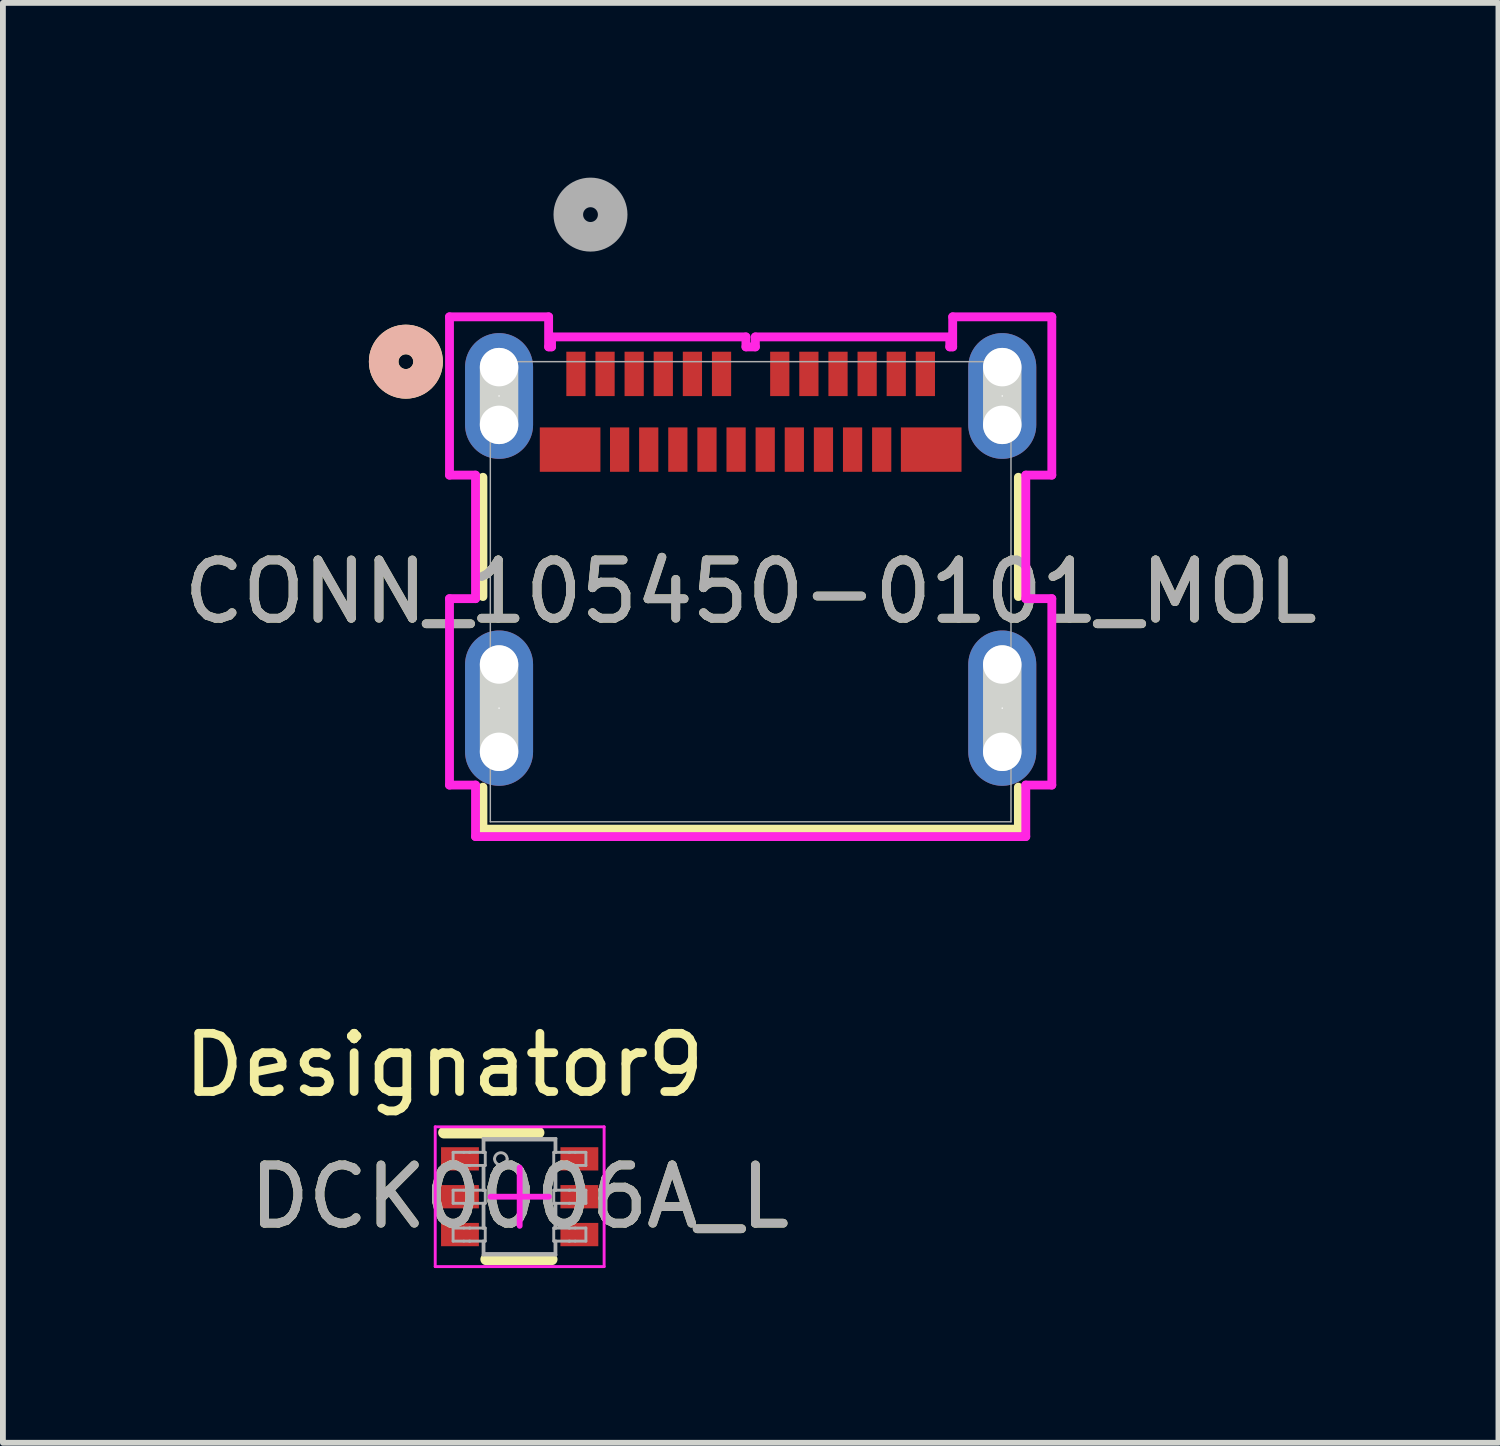
<source format=kicad_pcb>
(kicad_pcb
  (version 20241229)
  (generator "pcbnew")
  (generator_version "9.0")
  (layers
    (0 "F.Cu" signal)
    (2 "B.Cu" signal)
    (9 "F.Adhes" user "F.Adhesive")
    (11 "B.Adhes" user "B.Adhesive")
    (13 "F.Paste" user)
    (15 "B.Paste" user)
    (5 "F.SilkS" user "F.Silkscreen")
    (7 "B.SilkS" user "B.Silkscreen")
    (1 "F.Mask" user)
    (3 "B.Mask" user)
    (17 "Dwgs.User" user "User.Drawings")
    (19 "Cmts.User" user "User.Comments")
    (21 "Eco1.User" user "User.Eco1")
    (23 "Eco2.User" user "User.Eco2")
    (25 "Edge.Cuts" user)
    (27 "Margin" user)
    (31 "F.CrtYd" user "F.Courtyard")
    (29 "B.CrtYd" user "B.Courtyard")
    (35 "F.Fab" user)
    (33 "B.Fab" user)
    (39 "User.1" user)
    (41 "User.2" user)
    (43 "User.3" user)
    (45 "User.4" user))
  (footprint "CONN_105450-0101_MOL"
    (layer "F.Cu")
    (at 9.839 7.11)
    (property "Reference" "CONN_105450-0101_MOL" (at 0 0 0) (unlocked yes) (layer "F.SilkS") (effects (font (size 1 1) (thickness 0.15))))
    (attr smd)
    (fp_line (start -4.597 0.083) (end -4.597 -1.965) (stroke (width 0.152) (type solid)) (layer "F.SilkS"))
    (fp_line (start -4.597 4.077) (end -4.597 3.356) (stroke (width 0.152) (type solid)) (layer "F.SilkS"))
    (fp_line (start 4.597 -1.965) (end 4.597 0.083) (stroke (width 0.152) (type solid)) (layer "F.SilkS"))
    (fp_line (start 4.597 3.356) (end 4.597 4.077) (stroke (width 0.152) (type solid)) (layer "F.SilkS"))
    (fp_line (start 4.597 4.077) (end -4.597 4.077) (stroke (width 0.152) (type solid)) (layer "F.SilkS"))
    (fp_circle (center -5.92 -3.95) (end -5.539 -3.95) (stroke (width 0.508) (type solid)) (fill no) (layer "F.SilkS"))
    (fp_circle (center -5.92 -3.95) (end -5.539 -3.95) (stroke (width 0.508) (type solid)) (fill no) (layer "B.SilkS"))
    (fp_line (start -4.32 -2.865) (end -4.32 -3.856) (stroke (width 0.66) (type solid)) (layer "Edge.Cuts"))
    (fp_line (start -4.32 2.749) (end -4.32 1.25) (stroke (width 0.66) (type solid)) (layer "Edge.Cuts"))
    (fp_line (start 4.32 -2.865) (end 4.32 -3.856) (stroke (width 0.66) (type solid)) (layer "Edge.Cuts"))
    (fp_line (start 4.32 2.749) (end 4.32 1.25) (stroke (width 0.66) (type solid)) (layer "Edge.Cuts"))
    (fp_line (start -5.171 -4.72) (end -5.171 -2.002) (stroke (width 0.152) (type solid)) (layer "F.CrtYd"))
    (fp_line (start -5.171 -2.002) (end -4.724 -2.002) (stroke (width 0.152) (type solid)) (layer "F.CrtYd"))
    (fp_line (start -5.171 0.119) (end -5.171 3.32) (stroke (width 0.152) (type solid)) (layer "F.CrtYd"))
    (fp_line (start -5.171 3.32) (end -4.724 3.32) (stroke (width 0.152) (type solid)) (layer "F.CrtYd"))
    (fp_line (start -4.724 -2.002) (end -4.724 0.119) (stroke (width 0.152) (type solid)) (layer "F.CrtYd"))
    (fp_line (start -4.724 0.119) (end -5.171 0.119) (stroke (width 0.152) (type solid)) (layer "F.CrtYd"))
    (fp_line (start -4.724 3.32) (end -4.724 4.204) (stroke (width 0.152) (type solid)) (layer "F.CrtYd"))
    (fp_line (start -4.724 4.204) (end 4.724 4.204) (stroke (width 0.152) (type solid)) (layer "F.CrtYd"))
    (fp_line (start -3.469 -4.72) (end -5.171 -4.72) (stroke (width 0.152) (type solid)) (layer "F.CrtYd"))
    (fp_line (start -3.469 -4.204) (end -3.469 -4.72) (stroke (width 0.152) (type solid)) (layer "F.CrtYd"))
    (fp_line (start -3.419 -4.375) (end -3.419 -4.204) (stroke (width 0.152) (type solid)) (layer "F.CrtYd"))
    (fp_line (start -3.419 -4.204) (end -3.469 -4.204) (stroke (width 0.152) (type solid)) (layer "F.CrtYd"))
    (fp_line (start -0.081 -4.375) (end -3.419 -4.375) (stroke (width 0.152) (type solid)) (layer "F.CrtYd"))
    (fp_line (start -0.081 -4.204) (end -0.081 -4.375) (stroke (width 0.152) (type solid)) (layer "F.CrtYd"))
    (fp_line (start 0.081 -4.375) (end 0.081 -4.204) (stroke (width 0.152) (type solid)) (layer "F.CrtYd"))
    (fp_line (start 0.081 -4.204) (end -0.081 -4.204) (stroke (width 0.152) (type solid)) (layer "F.CrtYd"))
    (fp_line (start 3.419 -4.375) (end 0.081 -4.375) (stroke (width 0.152) (type solid)) (layer "F.CrtYd"))
    (fp_line (start 3.419 -4.204) (end 3.419 -4.375) (stroke (width 0.152) (type solid)) (layer "F.CrtYd"))
    (fp_line (start 3.469 -4.72) (end 3.469 -4.204) (stroke (width 0.152) (type solid)) (layer "F.CrtYd"))
    (fp_line (start 3.469 -4.204) (end 3.419 -4.204) (stroke (width 0.152) (type solid)) (layer "F.CrtYd"))
    (fp_line (start 4.724 -2.002) (end 5.171 -2.002) (stroke (width 0.152) (type solid)) (layer "F.CrtYd"))
    (fp_line (start 4.724 0.119) (end 4.724 -2.002) (stroke (width 0.152) (type solid)) (layer "F.CrtYd"))
    (fp_line (start 4.724 3.32) (end 5.171 3.32) (stroke (width 0.152) (type solid)) (layer "F.CrtYd"))
    (fp_line (start 4.724 4.204) (end 4.724 3.32) (stroke (width 0.152) (type solid)) (layer "F.CrtYd"))
    (fp_line (start 5.171 -4.72) (end 3.469 -4.72) (stroke (width 0.152) (type solid)) (layer "F.CrtYd"))
    (fp_line (start 5.171 -2.002) (end 5.171 -4.72) (stroke (width 0.152) (type solid)) (layer "F.CrtYd"))
    (fp_line (start 5.171 0.119) (end 4.724 0.119) (stroke (width 0.152) (type solid)) (layer "F.CrtYd"))
    (fp_line (start 5.171 3.32) (end 5.171 0.119) (stroke (width 0.152) (type solid)) (layer "F.CrtYd"))
    (fp_line (start -4.47 -3.95) (end -4.47 3.95) (stroke (width 0.025) (type solid)) (layer "F.Fab"))
    (fp_line (start -4.47 3.95) (end 4.47 3.95) (stroke (width 0.025) (type solid)) (layer "F.Fab"))
    (fp_line (start 4.47 -3.95) (end -4.47 -3.95) (stroke (width 0.025) (type solid)) (layer "F.Fab"))
    (fp_line (start 4.47 3.95) (end 4.47 -3.95) (stroke (width 0.025) (type solid)) (layer "F.Fab"))
    (fp_circle (center -2.75 -6.475) (end -2.369 -6.475) (stroke (width 0.508) (type solid)) (fill no) (layer "F.Fab"))
    (fp_text user "${REFERENCE}" (at 0 0 0) (unlocked yes) (layer "F.Fab") (effects (font (size 1 1) (thickness 0.15))))
    (pad "" np_thru_hole circle (at -4.32 -3.856) (size 0.66 0.66) (drill 0.66) (layers "*.Cu" "*.Mask"))
    (pad "" np_thru_hole circle (at -4.32 -2.865) (size 0.66 0.66) (drill 0.66) (layers "*.Cu" "*.Mask"))
    (pad "" np_thru_hole circle (at -4.32 1.25) (size 0.66 0.66) (drill 0.66) (layers "*.Cu" "*.Mask"))
    (pad "" np_thru_hole circle (at -4.32 2.749) (size 0.66 0.66) (drill 0.66) (layers "*.Cu" "*.Mask"))
    (pad "" np_thru_hole circle (at 4.32 -3.856) (size 0.66 0.66) (drill 0.66) (layers "*.Cu" "*.Mask"))
    (pad "" np_thru_hole circle (at 4.32 -2.865) (size 0.66 0.66) (drill 0.66) (layers "*.Cu" "*.Mask"))
    (pad "" np_thru_hole circle (at 4.32 1.25) (size 0.66 0.66) (drill 0.66) (layers "*.Cu" "*.Mask"))
    (pad "" np_thru_hole circle (at 4.32 2.749) (size 0.66 0.66) (drill 0.66) (layers "*.Cu" "*.Mask"))
    (pad "25" thru_hole oval (at -4.32 1.999 90) (size 2.667 1.168) (drill 0.025) (layers "*.Cu" "*.Mask"))
    (pad "26" thru_hole oval (at 4.32 1.999 90) (size 2.667 1.168) (drill 0.025) (layers "*.Cu" "*.Mask"))
    (pad "27" thru_hole oval (at -4.32 -3.361 90) (size 2.159 1.168) (drill 0.025) (layers "*.Cu" "*.Mask"))
    (pad "28" thru_hole oval (at 4.32 -3.361 90) (size 2.159 1.168) (drill 0.025) (layers "*.Cu" "*.Mask"))
    (pad "A1" smd rect (at -3 -3.74) (size 0.33 0.762) (layers "F.Cu" "F.Mask" "F.Paste"))
    (pad "A2" smd rect (at -2.5 -3.74) (size 0.33 0.762) (layers "F.Cu" "F.Mask" "F.Paste"))
    (pad "A3" smd rect (at -2 -3.74) (size 0.33 0.762) (layers "F.Cu" "F.Mask" "F.Paste"))
    (pad "A4" smd rect (at -1.5 -3.74) (size 0.33 0.762) (layers "F.Cu" "F.Mask" "F.Paste"))
    (pad "A5" smd rect (at -1 -3.74) (size 0.33 0.762) (layers "F.Cu" "F.Mask" "F.Paste"))
    (pad "A6" smd rect (at -0.5 -3.74) (size 0.33 0.762) (layers "F.Cu" "F.Mask" "F.Paste"))
    (pad "A7" smd rect (at 0.5 -3.74) (size 0.33 0.762) (layers "F.Cu" "F.Mask" "F.Paste"))
    (pad "A8" smd rect (at 1 -3.74) (size 0.33 0.762) (layers "F.Cu" "F.Mask" "F.Paste"))
    (pad "A9" smd rect (at 1.5 -3.74) (size 0.33 0.762) (layers "F.Cu" "F.Mask" "F.Paste"))
    (pad "A10" smd rect (at 2 -3.74) (size 0.33 0.762) (layers "F.Cu" "F.Mask" "F.Paste"))
    (pad "A11" smd rect (at 2.5 -3.74) (size 0.33 0.762) (layers "F.Cu" "F.Mask" "F.Paste"))
    (pad "A12" smd rect (at 3 -3.74) (size 0.33 0.762) (layers "F.Cu" "F.Mask" "F.Paste"))
    (pad "B1" smd rect (at 3.1 -2.44) (size 1.041 0.762) (layers "F.Cu" "F.Mask" "F.Paste"))
    (pad "B2" smd rect (at 2.25 -2.44) (size 0.33 0.762) (layers "F.Cu" "F.Mask" "F.Paste"))
    (pad "B3" smd rect (at 1.75 -2.44) (size 0.33 0.762) (layers "F.Cu" "F.Mask" "F.Paste"))
    (pad "B4" smd rect (at 1.25 -2.44) (size 0.33 0.762) (layers "F.Cu" "F.Mask" "F.Paste"))
    (pad "B5" smd rect (at 0.75 -2.44) (size 0.33 0.762) (layers "F.Cu" "F.Mask" "F.Paste"))
    (pad "B6" smd rect (at 0.25 -2.44) (size 0.33 0.762) (layers "F.Cu" "F.Mask" "F.Paste"))
    (pad "B7" smd rect (at -0.25 -2.44) (size 0.33 0.762) (layers "F.Cu" "F.Mask" "F.Paste"))
    (pad "B8" smd rect (at -0.75 -2.44) (size 0.33 0.762) (layers "F.Cu" "F.Mask" "F.Paste"))
    (pad "B9" smd rect (at -1.25 -2.44) (size 0.33 0.762) (layers "F.Cu" "F.Mask" "F.Paste"))
    (pad "B10" smd rect (at -1.75 -2.44) (size 0.33 0.762) (layers "F.Cu" "F.Mask" "F.Paste"))
    (pad "B11" smd rect (at -2.25 -2.44) (size 0.33 0.762) (layers "F.Cu" "F.Mask" "F.Paste"))
    (pad "B12" smd rect (at -3.1 -2.44) (size 1.041 0.762) (layers "F.Cu" "F.Mask" "F.Paste")))
  (footprint "DCK0006A_L"
    (layer "F.Cu")
    (at 5.873 17.498)
    (property "Reference" "DCK0006A_L" (at 0 0 0) (unlocked yes) (layer "F.SilkS") (effects (font (size 1 1) (thickness 0.15))))
    (attr smd)
    (fp_line (start -1.3 -1.1) (end 0.325 -1.1) (stroke (width 0.2) (type solid)) (layer "F.SilkS"))
    (fp_line (start -0.575 1.075) (end 0.55 1.075) (stroke (width 0.2) (type solid)) (layer "F.SilkS"))
    (fp_line (start -1.45 -1.2) (end 1.45 -1.2) (stroke (width 0.05) (type solid)) (layer "F.CrtYd"))
    (fp_line (start -1.45 1.2) (end -1.45 -1.2) (stroke (width 0.05) (type solid)) (layer "F.CrtYd"))
    (fp_line (start -1.45 1.2) (end 1.45 1.2) (stroke (width 0.05) (type solid)) (layer "F.CrtYd"))
    (fp_line (start -0.5 0) (end 0.5 0) (stroke (width 0.1) (type solid)) (layer "F.CrtYd"))
    (fp_line (start 0 0.5) (end 0 -0.5) (stroke (width 0.1) (type solid)) (layer "F.CrtYd"))
    (fp_line (start 1.45 1.2) (end 1.45 -1.2) (stroke (width 0.05) (type solid)) (layer "F.CrtYd"))
    (fp_line (start -1.143 -0.762) (end -0.959 -0.762) (stroke (width 0.05) (type solid)) (layer "F.Fab"))
    (fp_line (start -1.143 -0.537) (end -1.143 -0.762) (stroke (width 0.05) (type solid)) (layer "F.Fab"))
    (fp_line (start -1.143 -0.537) (end -0.959 -0.537) (stroke (width 0.05) (type solid)) (layer "F.Fab"))
    (fp_line (start -1.143 -0.112) (end -0.959 -0.112) (stroke (width 0.05) (type solid)) (layer "F.Fab"))
    (fp_line (start -1.143 0.113) (end -1.143 -0.112) (stroke (width 0.05) (type solid)) (layer "F.Fab"))
    (fp_line (start -1.143 0.113) (end -0.959 0.113) (stroke (width 0.05) (type solid)) (layer "F.Fab"))
    (fp_line (start -1.143 0.538) (end -0.959 0.538) (stroke (width 0.05) (type solid)) (layer "F.Fab"))
    (fp_line (start -1.143 0.763) (end -1.143 0.538) (stroke (width 0.05) (type solid)) (layer "F.Fab"))
    (fp_line (start -1.143 0.763) (end -0.959 0.763) (stroke (width 0.05) (type solid)) (layer "F.Fab"))
    (fp_line (start -0.959 -0.762) (end -0.865 -0.762) (stroke (width 0.05) (type solid)) (layer "F.Fab"))
    (fp_line (start -0.959 -0.537) (end -0.865 -0.537) (stroke (width 0.05) (type solid)) (layer "F.Fab"))
    (fp_line (start -0.959 -0.112) (end -0.865 -0.112) (stroke (width 0.05) (type solid)) (layer "F.Fab"))
    (fp_line (start -0.959 0.113) (end -0.865 0.113) (stroke (width 0.05) (type solid)) (layer "F.Fab"))
    (fp_line (start -0.959 0.538) (end -0.865 0.538) (stroke (width 0.05) (type solid)) (layer "F.Fab"))
    (fp_line (start -0.959 0.763) (end -0.865 0.763) (stroke (width 0.05) (type solid)) (layer "F.Fab"))
    (fp_line (start -0.865 -0.762) (end -0.853 -0.762) (stroke (width 0.05) (type solid)) (layer "F.Fab"))
    (fp_line (start -0.865 -0.537) (end -0.853 -0.537) (stroke (width 0.05) (type solid)) (layer "F.Fab"))
    (fp_line (start -0.865 -0.112) (end -0.853 -0.112) (stroke (width 0.05) (type solid)) (layer "F.Fab"))
    (fp_line (start -0.865 0.113) (end -0.853 0.113) (stroke (width 0.05) (type solid)) (layer "F.Fab"))
    (fp_line (start -0.865 0.538) (end -0.853 0.538) (stroke (width 0.05) (type solid)) (layer "F.Fab"))
    (fp_line (start -0.865 0.763) (end -0.853 0.763) (stroke (width 0.05) (type solid)) (layer "F.Fab"))
    (fp_line (start -0.853 -0.762) (end -0.628 -0.762) (stroke (width 0.05) (type solid)) (layer "F.Fab"))
    (fp_line (start -0.853 -0.537) (end -0.628 -0.537) (stroke (width 0.05) (type solid)) (layer "F.Fab"))
    (fp_line (start -0.853 -0.112) (end -0.628 -0.112) (stroke (width 0.05) (type solid)) (layer "F.Fab"))
    (fp_line (start -0.853 0.113) (end -0.628 0.113) (stroke (width 0.05) (type solid)) (layer "F.Fab"))
    (fp_line (start -0.853 0.538) (end -0.628 0.538) (stroke (width 0.05) (type solid)) (layer "F.Fab"))
    (fp_line (start -0.853 0.763) (end -0.628 0.763) (stroke (width 0.05) (type solid)) (layer "F.Fab"))
    (fp_line (start -0.628 -0.999) (end 0.622 -0.999) (stroke (width 0.05) (type solid)) (layer "F.Fab"))
    (fp_line (start -0.628 -0.762) (end -0.628 -0.999) (stroke (width 0.05) (type solid)) (layer "F.Fab"))
    (fp_line (start -0.628 -0.762) (end -0.591 -0.762) (stroke (width 0.05) (type solid)) (layer "F.Fab"))
    (fp_line (start -0.628 -0.537) (end -0.591 -0.537) (stroke (width 0.05) (type solid)) (layer "F.Fab"))
    (fp_line (start -0.628 -0.112) (end -0.628 -0.537) (stroke (width 0.05) (type solid)) (layer "F.Fab"))
    (fp_line (start -0.628 -0.112) (end -0.591 -0.112) (stroke (width 0.05) (type solid)) (layer "F.Fab"))
    (fp_line (start -0.628 0.113) (end -0.591 0.113) (stroke (width 0.05) (type solid)) (layer "F.Fab"))
    (fp_line (start -0.628 0.538) (end -0.628 0.113) (stroke (width 0.05) (type solid)) (layer "F.Fab"))
    (fp_line (start -0.628 0.538) (end -0.591 0.538) (stroke (width 0.05) (type solid)) (layer "F.Fab"))
    (fp_line (start -0.628 0.763) (end -0.591 0.763) (stroke (width 0.05) (type solid)) (layer "F.Fab"))
    (fp_line (start -0.628 1.001) (end -0.628 0.763) (stroke (width 0.05) (type solid)) (layer "F.Fab"))
    (fp_line (start -0.628 1.001) (end 0.622 1.001) (stroke (width 0.05) (type solid)) (layer "F.Fab"))
    (fp_line (start -0.613 -0.974) (end 0.607 -0.974) (stroke (width 0.05) (type solid)) (layer "F.Fab"))
    (fp_line (start -0.613 -0.762) (end -0.613 -0.974) (stroke (width 0.05) (type solid)) (layer "F.Fab"))
    (fp_line (start -0.613 -0.112) (end -0.613 -0.537) (stroke (width 0.05) (type solid)) (layer "F.Fab"))
    (fp_line (start -0.613 0.538) (end -0.613 0.113) (stroke (width 0.05) (type solid)) (layer "F.Fab"))
    (fp_line (start -0.613 0.976) (end -0.613 0.763) (stroke (width 0.05) (type solid)) (layer "F.Fab"))
    (fp_line (start -0.613 0.976) (end 0.607 0.976) (stroke (width 0.05) (type solid)) (layer "F.Fab"))
    (fp_line (start -0.591 -0.537) (end -0.591 -0.762) (stroke (width 0.05) (type solid)) (layer "F.Fab"))
    (fp_line (start -0.591 0.113) (end -0.591 -0.112) (stroke (width 0.05) (type solid)) (layer "F.Fab"))
    (fp_line (start -0.591 0.763) (end -0.591 0.538) (stroke (width 0.05) (type solid)) (layer "F.Fab"))
    (fp_line (start 0.585 -0.762) (end 0.622 -0.762) (stroke (width 0.05) (type solid)) (layer "F.Fab"))
    (fp_line (start 0.585 -0.537) (end 0.585 -0.762) (stroke (width 0.05) (type solid)) (layer "F.Fab"))
    (fp_line (start 0.585 -0.537) (end 0.622 -0.537) (stroke (width 0.05) (type solid)) (layer "F.Fab"))
    (fp_line (start 0.585 -0.112) (end 0.622 -0.112) (stroke (width 0.05) (type solid)) (layer "F.Fab"))
    (fp_line (start 0.585 0.113) (end 0.585 -0.112) (stroke (width 0.05) (type solid)) (layer "F.Fab"))
    (fp_line (start 0.585 0.113) (end 0.622 0.113) (stroke (width 0.05) (type solid)) (layer "F.Fab"))
    (fp_line (start 0.585 0.538) (end 0.622 0.538) (stroke (width 0.05) (type solid)) (layer "F.Fab"))
    (fp_line (start 0.585 0.763) (end 0.585 0.538) (stroke (width 0.05) (type solid)) (layer "F.Fab"))
    (fp_line (start 0.585 0.763) (end 0.622 0.763) (stroke (width 0.05) (type solid)) (layer "F.Fab"))
    (fp_line (start 0.607 -0.762) (end 0.607 -0.974) (stroke (width 0.05) (type solid)) (layer "F.Fab"))
    (fp_line (start 0.607 -0.112) (end 0.607 -0.537) (stroke (width 0.05) (type solid)) (layer "F.Fab"))
    (fp_line (start 0.607 0.538) (end 0.607 0.113) (stroke (width 0.05) (type solid)) (layer "F.Fab"))
    (fp_line (start 0.607 0.976) (end 0.607 0.763) (stroke (width 0.05) (type solid)) (layer "F.Fab"))
    (fp_line (start 0.622 -0.762) (end 0.622 -0.999) (stroke (width 0.05) (type solid)) (layer "F.Fab"))
    (fp_line (start 0.622 -0.762) (end 0.847 -0.762) (stroke (width 0.05) (type solid)) (layer "F.Fab"))
    (fp_line (start 0.622 -0.537) (end 0.847 -0.537) (stroke (width 0.05) (type solid)) (layer "F.Fab"))
    (fp_line (start 0.622 -0.112) (end 0.622 -0.537) (stroke (width 0.05) (type solid)) (layer "F.Fab"))
    (fp_line (start 0.622 -0.112) (end 0.847 -0.112) (stroke (width 0.05) (type solid)) (layer "F.Fab"))
    (fp_line (start 0.622 0.113) (end 0.847 0.113) (stroke (width 0.05) (type solid)) (layer "F.Fab"))
    (fp_line (start 0.622 0.538) (end 0.622 0.113) (stroke (width 0.05) (type solid)) (layer "F.Fab"))
    (fp_line (start 0.622 0.538) (end 0.847 0.538) (stroke (width 0.05) (type solid)) (layer "F.Fab"))
    (fp_line (start 0.622 0.763) (end 0.847 0.763) (stroke (width 0.05) (type solid)) (layer "F.Fab"))
    (fp_line (start 0.622 1.001) (end 0.622 0.763) (stroke (width 0.05) (type solid)) (layer "F.Fab"))
    (fp_line (start 0.847 -0.762) (end 0.859 -0.762) (stroke (width 0.05) (type solid)) (layer "F.Fab"))
    (fp_line (start 0.847 -0.537) (end 0.859 -0.537) (stroke (width 0.05) (type solid)) (layer "F.Fab"))
    (fp_line (start 0.847 -0.112) (end 0.859 -0.112) (stroke (width 0.05) (type solid)) (layer "F.Fab"))
    (fp_line (start 0.847 0.113) (end 0.859 0.113) (stroke (width 0.05) (type solid)) (layer "F.Fab"))
    (fp_line (start 0.847 0.538) (end 0.859 0.538) (stroke (width 0.05) (type solid)) (layer "F.Fab"))
    (fp_line (start 0.847 0.763) (end 0.859 0.763) (stroke (width 0.05) (type solid)) (layer "F.Fab"))
    (fp_line (start 0.859 -0.762) (end 0.953 -0.762) (stroke (width 0.05) (type solid)) (layer "F.Fab"))
    (fp_line (start 0.859 -0.537) (end 0.953 -0.537) (stroke (width 0.05) (type solid)) (layer "F.Fab"))
    (fp_line (start 0.859 -0.112) (end 0.953 -0.112) (stroke (width 0.05) (type solid)) (layer "F.Fab"))
    (fp_line (start 0.859 0.113) (end 0.953 0.113) (stroke (width 0.05) (type solid)) (layer "F.Fab"))
    (fp_line (start 0.859 0.538) (end 0.953 0.538) (stroke (width 0.05) (type solid)) (layer "F.Fab"))
    (fp_line (start 0.859 0.763) (end 0.953 0.763) (stroke (width 0.05) (type solid)) (layer "F.Fab"))
    (fp_line (start 0.953 -0.762) (end 1.137 -0.762) (stroke (width 0.05) (type solid)) (layer "F.Fab"))
    (fp_line (start 0.953 -0.537) (end 1.137 -0.537) (stroke (width 0.05) (type solid)) (layer "F.Fab"))
    (fp_line (start 0.953 -0.112) (end 1.137 -0.112) (stroke (width 0.05) (type solid)) (layer "F.Fab"))
    (fp_line (start 0.953 0.113) (end 1.137 0.113) (stroke (width 0.05) (type solid)) (layer "F.Fab"))
    (fp_line (start 0.953 0.538) (end 1.137 0.538) (stroke (width 0.05) (type solid)) (layer "F.Fab"))
    (fp_line (start 0.953 0.763) (end 1.137 0.763) (stroke (width 0.05) (type solid)) (layer "F.Fab"))
    (fp_line (start 1.137 -0.537) (end 1.137 -0.762) (stroke (width 0.05) (type solid)) (layer "F.Fab"))
    (fp_line (start 1.137 0.113) (end 1.137 -0.112) (stroke (width 0.05) (type solid)) (layer "F.Fab"))
    (fp_line (start 1.137 0.763) (end 1.137 0.538) (stroke (width 0.05) (type solid)) (layer "F.Fab"))
    (fp_arc (start -0.431546 -0.650138) (mid -0.323177 -0.758507) (end -0.214808 -0.650138) (stroke (width 0.05) (type solid)) (layer "F.Fab"))
    (fp_arc (start -0.214808 -0.650138) (mid -0.323177 -0.541769) (end -0.431546 -0.650138) (stroke (width 0.05) (type solid)) (layer "F.Fab"))
    (fp_text user "Designator9" (at -1.295 -2.261 0) (unlocked yes) (layer "F.SilkS") (effects (font (size 1 1) (thickness 0.15))))
    (fp_text user "${REFERENCE}" (at 0 0 0) (unlocked yes) (layer "F.Fab") (effects (font (size 1 1) (thickness 0.15))))
    (pad "1" smd rect (at -1.025 -0.65 90) (size 0.4 0.65) (layers "F.Cu" "F.Mask" "F.Paste"))
    (pad "2" smd rect (at -1.025 0 90) (size 0.4 0.65) (layers "F.Cu" "F.Mask" "F.Paste"))
    (pad "3" smd rect (at -1.025 0.65 90) (size 0.4 0.65) (layers "F.Cu" "F.Mask" "F.Paste"))
    (pad "4" smd rect (at 1.025 0.65 90) (size 0.4 0.65) (layers "F.Cu" "F.Mask" "F.Paste"))
    (pad "5" smd rect (at 1.025 0 90) (size 0.4 0.65) (layers "F.Cu" "F.Mask" "F.Paste"))
    (pad "6" smd rect (at 1.025 -0.65 90) (size 0.4 0.65) (layers "F.Cu" "F.Mask" "F.Paste")))
  (gr_rect
    (start -3 -3)
    (end 22.679 21.723)
    (stroke (width 0.1) (type default))
    (fill no)
    (layer "Edge.Cuts")))
</source>
